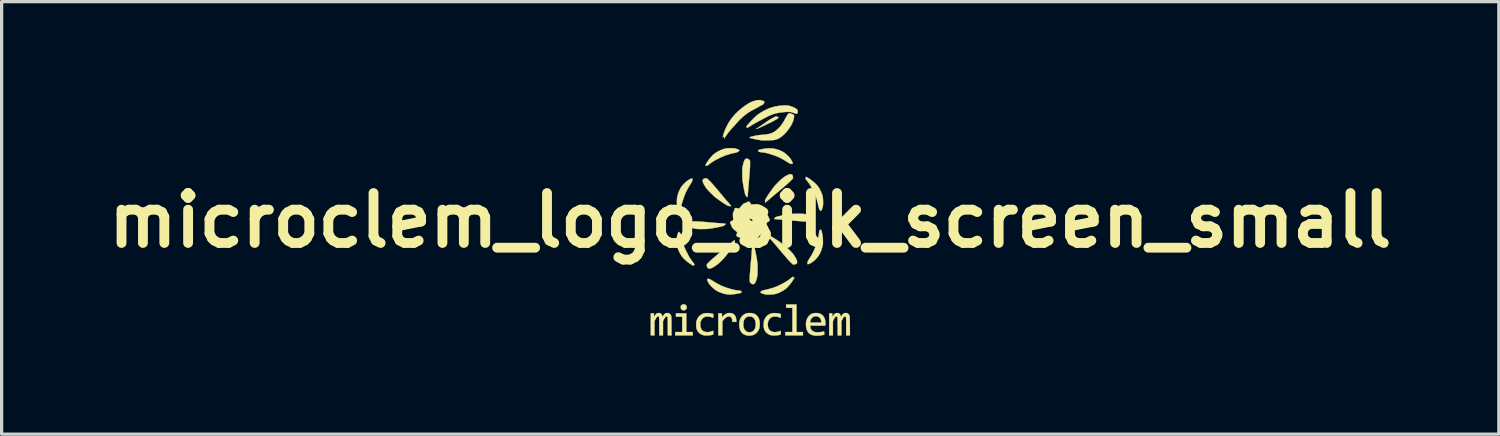
<source format=kicad_pcb>
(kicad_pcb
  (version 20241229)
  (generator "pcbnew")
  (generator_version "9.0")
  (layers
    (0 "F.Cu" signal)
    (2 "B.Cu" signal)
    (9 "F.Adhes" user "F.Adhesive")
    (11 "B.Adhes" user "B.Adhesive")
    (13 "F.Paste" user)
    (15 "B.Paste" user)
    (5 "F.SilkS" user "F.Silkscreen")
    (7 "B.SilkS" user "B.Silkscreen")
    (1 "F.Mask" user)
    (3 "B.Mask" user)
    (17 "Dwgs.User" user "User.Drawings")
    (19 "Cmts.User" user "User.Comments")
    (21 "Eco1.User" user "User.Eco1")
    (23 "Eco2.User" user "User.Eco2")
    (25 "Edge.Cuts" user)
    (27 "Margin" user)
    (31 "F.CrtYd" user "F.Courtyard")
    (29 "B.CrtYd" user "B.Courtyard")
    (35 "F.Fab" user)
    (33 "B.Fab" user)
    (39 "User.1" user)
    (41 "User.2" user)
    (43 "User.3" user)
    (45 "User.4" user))
  (footprint "microclem_logo_silk_screen_small"
    (layer "F.Cu")
    (at 19.856 3.678)
    (property "Reference" "microclem_logo_silk_screen_small" (at 0 0 0) (layer "F.SilkS") (effects (font (size 1.524 1.524) (thickness 0.3))))
    (attr through_hole)
    (fp_poly (pts (xy -1.953 3.409) (xy -1.755 3.409) (xy -1.755 3.511) (xy -2.292 3.511) (xy -2.292 3.409) (xy -2.077 3.409) (xy -2.077 2.941) (xy -2.269 2.941) (xy -2.269 2.839) (xy -1.953 2.839) (xy -1.953 3.409)) (stroke (width 0.01) (type solid)) (fill yes) (layer "F.SilkS"))
    (fp_poly (pts (xy 1.411 3.409) (xy 1.609 3.409) (xy 1.609 3.511) (xy 1.072 3.511) (xy 1.072 3.409) (xy 1.287 3.409) (xy 1.287 2.67) (xy 1.095 2.67) (xy 1.095 2.568) (xy 1.411 2.568) (xy 1.411 3.409)) (stroke (width 0.01) (type solid)) (fill yes) (layer "F.SilkS"))
    (fp_poly (pts (xy -2 2.567) (xy -1.976 2.58) (xy -1.958 2.598) (xy -1.945 2.621) (xy -1.94 2.647) (xy -1.941 2.673) (xy -1.949 2.698) (xy -1.965 2.719) (xy -1.988 2.736) (xy -2.007 2.743) (xy -2.022 2.747) (xy -2.034 2.748) (xy -2.046 2.746) (xy -2.06 2.743) (xy -2.083 2.732) (xy -2.103 2.713) (xy -2.117 2.688) (xy -2.124 2.661) (xy -2.123 2.634) (xy -2.123 2.631) (xy -2.11 2.601) (xy -2.09 2.579) (xy -2.062 2.567) (xy -2.03 2.563) (xy -2 2.567)) (stroke (width 0.01) (type solid)) (fill yes) (layer "F.SilkS"))
    (fp_poly (pts (xy -0.58 2.832) (xy -0.537 2.845) (xy -0.501 2.867) (xy -0.472 2.898) (xy -0.45 2.937) (xy -0.435 2.986) (xy -0.426 3.043) (xy -0.426 3.048) (xy -0.422 3.099) (xy -0.548 3.099) (xy -0.548 3.069) (xy -0.551 3.028) (xy -0.563 2.993) (xy -0.58 2.965) (xy -0.603 2.945) (xy -0.631 2.934) (xy -0.663 2.933) (xy -0.675 2.935) (xy -0.702 2.944) (xy -0.729 2.957) (xy -0.756 2.977) (xy -0.785 3.004) (xy -0.819 3.04) (xy -0.82 3.041) (xy -0.852 3.078) (xy -0.852 3.511) (xy -0.976 3.511) (xy -0.976 2.839) (xy -0.864 2.839) (xy -0.864 2.954) (xy -0.826 2.917) (xy -0.784 2.881) (xy -0.744 2.855) (xy -0.704 2.838) (xy -0.662 2.83) (xy -0.631 2.828) (xy -0.58 2.832)) (stroke (width 0.01) (type solid)) (fill yes) (layer "F.SilkS"))
    (fp_poly (pts (xy 0.813 -3.167) (xy 0.829 -3.16) (xy 0.841 -3.156) (xy 0.845 -3.155) (xy 0.854 -3.151) (xy 0.859 -3.139) (xy 0.858 -3.126) (xy 0.857 -3.125) (xy 0.851 -3.119) (xy 0.837 -3.11) (xy 0.816 -3.097) (xy 0.789 -3.081) (xy 0.76 -3.064) (xy 0.729 -3.046) (xy 0.698 -3.029) (xy 0.668 -3.013) (xy 0.641 -2.999) (xy 0.62 -2.988) (xy 0.605 -2.981) (xy 0.604 -2.981) (xy 0.595 -2.977) (xy 0.577 -2.969) (xy 0.553 -2.957) (xy 0.524 -2.943) (xy 0.492 -2.927) (xy 0.483 -2.923) (xy 0.406 -2.885) (xy 0.336 -2.853) (xy 0.274 -2.825) (xy 0.226 -2.805) (xy 0.208 -2.798) (xy 0.194 -2.792) (xy 0.188 -2.79) (xy 0.181 -2.789) (xy 0.181 -2.79) (xy 0.185 -2.794) (xy 0.197 -2.803) (xy 0.218 -2.817) (xy 0.248 -2.837) (xy 0.287 -2.862) (xy 0.299 -2.87) (xy 0.313 -2.879) (xy 0.327 -2.889) (xy 0.344 -2.9) (xy 0.363 -2.914) (xy 0.386 -2.93) (xy 0.415 -2.95) (xy 0.45 -2.975) (xy 0.492 -3.005) (xy 0.514 -3.02) (xy 0.549 -3.044) (xy 0.585 -3.068) (xy 0.626 -3.092) (xy 0.673 -3.118) (xy 0.725 -3.146) (xy 0.788 -3.179) (xy 0.813 -3.167)) (stroke (width 0.01) (type solid)) (fill yes) (layer "F.SilkS"))
    (fp_poly (pts (xy 2.16 0.28) (xy 2.162 0.282) (xy 2.168 0.296) (xy 2.175 0.318) (xy 2.183 0.348) (xy 2.191 0.382) (xy 2.199 0.42) (xy 2.206 0.458) (xy 2.211 0.495) (xy 2.213 0.506) (xy 2.216 0.538) (xy 2.218 0.576) (xy 2.219 0.617) (xy 2.219 0.658) (xy 2.218 0.697) (xy 2.216 0.73) (xy 2.213 0.755) (xy 2.212 0.756) (xy 2.193 0.839) (xy 2.167 0.918) (xy 2.136 0.991) (xy 2.1 1.057) (xy 2.061 1.112) (xy 2.019 1.162) (xy 1.98 1.204) (xy 1.941 1.239) (xy 1.9 1.27) (xy 1.856 1.299) (xy 1.834 1.311) (xy 1.81 1.323) (xy 1.786 1.332) (xy 1.767 1.336) (xy 1.753 1.337) (xy 1.748 1.334) (xy 1.745 1.325) (xy 1.744 1.307) (xy 1.747 1.286) (xy 1.752 1.264) (xy 1.752 1.262) (xy 1.758 1.248) (xy 1.769 1.226) (xy 1.784 1.201) (xy 1.801 1.175) (xy 1.802 1.173) (xy 1.866 1.071) (xy 1.921 0.97) (xy 1.968 0.866) (xy 2.01 0.755) (xy 2.01 0.755) (xy 2.03 0.697) (xy 2.046 0.647) (xy 2.059 0.603) (xy 2.07 0.562) (xy 2.079 0.521) (xy 2.087 0.479) (xy 2.094 0.432) (xy 2.101 0.379) (xy 2.103 0.365) (xy 2.107 0.335) (xy 2.11 0.314) (xy 2.113 0.301) (xy 2.115 0.295) (xy 2.119 0.294) (xy 2.122 0.296) (xy 2.122 0.296) (xy 2.135 0.302) (xy 2.146 0.298) (xy 2.153 0.286) (xy 2.156 0.278) (xy 2.16 0.28)) (stroke (width 0.01) (type solid)) (fill yes) (layer "F.SilkS"))
    (fp_poly (pts (xy -1.767 -1.25) (xy -1.769 -1.224) (xy -1.776 -1.197) (xy -1.789 -1.168) (xy -1.809 -1.134) (xy -1.827 -1.106) (xy -1.856 -1.059) (xy -1.889 -1.004) (xy -1.923 -0.944) (xy -1.957 -0.879) (xy -1.966 -0.86) (xy -1.976 -0.838) (xy -1.988 -0.808) (xy -2.003 -0.77) (xy -2.018 -0.727) (xy -2.034 -0.682) (xy -2.05 -0.636) (xy -2.064 -0.592) (xy -2.077 -0.55) (xy -2.087 -0.514) (xy -2.091 -0.502) (xy -2.098 -0.473) (xy -2.105 -0.438) (xy -2.111 -0.402) (xy -2.114 -0.384) (xy -2.118 -0.352) (xy -2.123 -0.32) (xy -2.127 -0.29) (xy -2.129 -0.275) (xy -2.133 -0.25) (xy -2.138 -0.235) (xy -2.143 -0.232) (xy -2.148 -0.24) (xy -2.148 -0.24) (xy -2.155 -0.248) (xy -2.162 -0.245) (xy -2.167 -0.234) (xy -2.174 -0.223) (xy -2.18 -0.222) (xy -2.188 -0.232) (xy -2.192 -0.241) (xy -2.198 -0.26) (xy -2.205 -0.287) (xy -2.212 -0.319) (xy -2.219 -0.355) (xy -2.226 -0.392) (xy -2.231 -0.427) (xy -2.235 -0.457) (xy -2.235 -0.457) (xy -2.239 -0.516) (xy -2.241 -0.575) (xy -2.239 -0.631) (xy -2.234 -0.681) (xy -2.23 -0.708) (xy -2.213 -0.777) (xy -2.192 -0.844) (xy -2.167 -0.907) (xy -2.139 -0.965) (xy -2.109 -1.015) (xy -2.099 -1.03) (xy -2.063 -1.074) (xy -2.025 -1.116) (xy -1.984 -1.155) (xy -1.943 -1.191) (xy -1.903 -1.221) (xy -1.864 -1.246) (xy -1.829 -1.264) (xy -1.799 -1.273) (xy -1.792 -1.274) (xy -1.767 -1.277) (xy -1.767 -1.25)) (stroke (width 0.01) (type solid)) (fill yes) (layer "F.SilkS"))
    (fp_poly (pts (xy -1.275 1.786) (xy -1.257 1.79) (xy -1.239 1.795) (xy -1.22 1.803) (xy -1.197 1.815) (xy -1.169 1.833) (xy -1.157 1.841) (xy -1.066 1.898) (xy -0.977 1.948) (xy -0.888 1.991) (xy -0.794 2.03) (xy -0.719 2.057) (xy -0.657 2.077) (xy -0.603 2.093) (xy -0.555 2.107) (xy -0.51 2.118) (xy -0.465 2.127) (xy -0.418 2.134) (xy -0.381 2.139) (xy -0.35 2.143) (xy -0.322 2.147) (xy -0.299 2.151) (xy -0.284 2.153) (xy -0.28 2.154) (xy -0.273 2.157) (xy -0.274 2.161) (xy -0.283 2.168) (xy -0.29 2.175) (xy -0.291 2.179) (xy -0.291 2.179) (xy -0.283 2.182) (xy -0.271 2.19) (xy -0.271 2.19) (xy -0.257 2.201) (xy -0.277 2.209) (xy -0.299 2.216) (xy -0.329 2.224) (xy -0.366 2.232) (xy -0.407 2.24) (xy -0.449 2.247) (xy -0.49 2.253) (xy -0.527 2.257) (xy -0.538 2.258) (xy -0.582 2.261) (xy -0.616 2.262) (xy -0.644 2.262) (xy -0.669 2.261) (xy -0.693 2.259) (xy -0.708 2.258) (xy -0.769 2.247) (xy -0.833 2.23) (xy -0.897 2.209) (xy -0.958 2.183) (xy -1.013 2.156) (xy -1.062 2.126) (xy -1.077 2.115) (xy -1.102 2.094) (xy -1.132 2.068) (xy -1.161 2.04) (xy -1.19 2.012) (xy -1.215 1.986) (xy -1.234 1.965) (xy -1.238 1.959) (xy -1.264 1.923) (xy -1.285 1.888) (xy -1.301 1.857) (xy -1.311 1.83) (xy -1.314 1.809) (xy -1.314 1.807) (xy -1.312 1.794) (xy -1.306 1.787) (xy -1.294 1.784) (xy -1.275 1.786)) (stroke (width 0.01) (type solid)) (fill yes) (layer "F.SilkS"))
    (fp_poly (pts (xy 0.639 -2.199) (xy 0.703 -2.194) (xy 0.739 -2.187) (xy 0.788 -2.175) (xy 0.84 -2.159) (xy 0.892 -2.141) (xy 0.941 -2.12) (xy 0.985 -2.099) (xy 1.019 -2.08) (xy 1.041 -2.064) (xy 1.069 -2.042) (xy 1.1 -2.016) (xy 1.131 -1.988) (xy 1.161 -1.96) (xy 1.185 -1.935) (xy 1.205 -1.912) (xy 1.226 -1.884) (xy 1.247 -1.853) (xy 1.265 -1.822) (xy 1.28 -1.794) (xy 1.29 -1.77) (xy 1.293 -1.759) (xy 1.295 -1.741) (xy 1.292 -1.729) (xy 1.282 -1.723) (xy 1.266 -1.723) (xy 1.24 -1.728) (xy 1.229 -1.73) (xy 1.209 -1.737) (xy 1.185 -1.749) (xy 1.155 -1.767) (xy 1.131 -1.783) (xy 1.093 -1.807) (xy 1.049 -1.833) (xy 1.002 -1.861) (xy 0.953 -1.887) (xy 0.908 -1.911) (xy 0.868 -1.931) (xy 0.861 -1.934) (xy 0.837 -1.945) (xy 0.804 -1.957) (xy 0.765 -1.971) (xy 0.722 -1.987) (xy 0.678 -2.002) (xy 0.633 -2.016) (xy 0.591 -2.03) (xy 0.555 -2.041) (xy 0.525 -2.049) (xy 0.49 -2.057) (xy 0.451 -2.065) (xy 0.412 -2.071) (xy 0.392 -2.074) (xy 0.361 -2.078) (xy 0.33 -2.082) (xy 0.302 -2.086) (xy 0.286 -2.089) (xy 0.266 -2.092) (xy 0.256 -2.095) (xy 0.252 -2.099) (xy 0.255 -2.103) (xy 0.257 -2.105) (xy 0.263 -2.114) (xy 0.261 -2.12) (xy 0.257 -2.124) (xy 0.247 -2.132) (xy 0.242 -2.134) (xy 0.237 -2.138) (xy 0.237 -2.138) (xy 0.242 -2.142) (xy 0.255 -2.148) (xy 0.274 -2.154) (xy 0.278 -2.155) (xy 0.348 -2.173) (xy 0.422 -2.186) (xy 0.496 -2.195) (xy 0.57 -2.2) (xy 0.639 -2.199)) (stroke (width 0.01) (type solid)) (fill yes) (layer "F.SilkS"))
    (fp_poly (pts (xy -0.531 -2.203) (xy -0.509 -2.202) (xy -0.49 -2.2) (xy -0.471 -2.196) (xy -0.449 -2.191) (xy -0.44 -2.188) (xy -0.413 -2.18) (xy -0.388 -2.172) (xy -0.369 -2.165) (xy -0.36 -2.16) (xy -0.343 -2.149) (xy -0.335 -2.138) (xy -0.337 -2.126) (xy -0.349 -2.113) (xy -0.371 -2.097) (xy -0.385 -2.088) (xy -0.401 -2.081) (xy -0.419 -2.074) (xy -0.442 -2.068) (xy -0.474 -2.061) (xy -0.482 -2.06) (xy -0.586 -2.036) (xy -0.683 -2.008) (xy -0.776 -1.976) (xy -0.867 -1.938) (xy -0.933 -1.907) (xy -0.986 -1.88) (xy -1.03 -1.857) (xy -1.069 -1.837) (xy -1.102 -1.818) (xy -1.134 -1.799) (xy -1.164 -1.778) (xy -1.196 -1.756) (xy -1.232 -1.73) (xy -1.239 -1.724) (xy -1.266 -1.704) (xy -1.29 -1.686) (xy -1.31 -1.672) (xy -1.323 -1.663) (xy -1.329 -1.659) (xy -1.329 -1.659) (xy -1.332 -1.664) (xy -1.331 -1.673) (xy -1.33 -1.681) (xy -1.334 -1.684) (xy -1.346 -1.682) (xy -1.348 -1.682) (xy -1.362 -1.679) (xy -1.369 -1.678) (xy -1.37 -1.678) (xy -1.369 -1.685) (xy -1.363 -1.699) (xy -1.352 -1.719) (xy -1.338 -1.744) (xy -1.321 -1.771) (xy -1.303 -1.798) (xy -1.299 -1.805) (xy -1.274 -1.84) (xy -1.245 -1.877) (xy -1.214 -1.915) (xy -1.182 -1.951) (xy -1.152 -1.983) (xy -1.125 -2.009) (xy -1.114 -2.019) (xy -1.063 -2.057) (xy -1.005 -2.094) (xy -0.943 -2.126) (xy -0.88 -2.155) (xy -0.817 -2.177) (xy -0.758 -2.193) (xy -0.736 -2.197) (xy -0.715 -2.199) (xy -0.685 -2.201) (xy -0.651 -2.203) (xy -0.615 -2.204) (xy -0.595 -2.204) (xy -0.559 -2.204) (xy -0.531 -2.203)) (stroke (width 0.01) (type solid)) (fill yes) (layer "F.SilkS"))
    (fp_poly (pts (xy -0.476 0.619) (xy -0.479 0.634) (xy -0.483 0.644) (xy -0.484 0.648) (xy -0.481 0.647) (xy -0.475 0.648) (xy -0.473 0.657) (xy -0.473 0.666) (xy -0.478 0.683) (xy -0.488 0.706) (xy -0.502 0.733) (xy -0.518 0.76) (xy -0.529 0.777) (xy -0.546 0.803) (xy -0.567 0.834) (xy -0.588 0.865) (xy -0.602 0.887) (xy -0.658 0.968) (xy -0.711 1.04) (xy -0.763 1.106) (xy -0.817 1.168) (xy -0.873 1.227) (xy -0.935 1.286) (xy -0.963 1.312) (xy -0.999 1.342) (xy -1.041 1.373) (xy -1.086 1.403) (xy -1.13 1.43) (xy -1.171 1.452) (xy -1.181 1.456) (xy -1.209 1.465) (xy -1.24 1.47) (xy -1.268 1.471) (xy -1.276 1.469) (xy -1.29 1.463) (xy -1.298 1.457) (xy -1.309 1.44) (xy -1.318 1.416) (xy -1.325 1.39) (xy -1.326 1.369) (xy -1.326 1.342) (xy -1.26 1.274) (xy -1.232 1.246) (xy -1.198 1.214) (xy -1.162 1.182) (xy -1.128 1.152) (xy -1.115 1.141) (xy -1.084 1.115) (xy -1.052 1.088) (xy -1.021 1.061) (xy -0.994 1.038) (xy -0.982 1.027) (xy -0.963 1.01) (xy -0.937 0.988) (xy -0.906 0.962) (xy -0.871 0.933) (xy -0.835 0.903) (xy -0.801 0.874) (xy -0.765 0.844) (xy -0.728 0.813) (xy -0.693 0.783) (xy -0.661 0.756) (xy -0.634 0.733) (xy -0.615 0.716) (xy -0.577 0.682) (xy -0.555 0.663) (xy -0.48 0.663) (xy -0.477 0.666) (xy -0.474 0.663) (xy -0.477 0.66) (xy -0.48 0.663) (xy -0.555 0.663) (xy -0.546 0.656) (xy -0.52 0.635) (xy -0.501 0.62) (xy -0.49 0.613) (xy -0.474 0.603) (xy -0.476 0.619)) (stroke (width 0.01) (type solid)) (fill yes) (layer "F.SilkS"))
    (fp_poly (pts (xy 1.728 -1.317) (xy 1.773 -1.292) (xy 1.822 -1.26) (xy 1.872 -1.223) (xy 1.921 -1.184) (xy 1.969 -1.142) (xy 2.012 -1.101) (xy 2.048 -1.061) (xy 2.077 -1.024) (xy 2.081 -1.019) (xy 2.105 -0.981) (xy 2.129 -0.937) (xy 2.152 -0.891) (xy 2.173 -0.845) (xy 2.19 -0.801) (xy 2.203 -0.763) (xy 2.207 -0.747) (xy 2.215 -0.701) (xy 2.221 -0.648) (xy 2.224 -0.588) (xy 2.224 -0.55) (xy 2.224 -0.515) (xy 2.224 -0.488) (xy 2.222 -0.466) (xy 2.218 -0.444) (xy 2.213 -0.421) (xy 2.208 -0.399) (xy 2.196 -0.358) (xy 2.184 -0.327) (xy 2.171 -0.305) (xy 2.159 -0.293) (xy 2.148 -0.293) (xy 2.144 -0.295) (xy 2.136 -0.303) (xy 2.125 -0.318) (xy 2.115 -0.331) (xy 2.104 -0.35) (xy 2.096 -0.371) (xy 2.089 -0.396) (xy 2.086 -0.413) (xy 2.076 -0.462) (xy 2.063 -0.518) (xy 2.047 -0.578) (xy 2.03 -0.638) (xy 2.012 -0.695) (xy 1.995 -0.745) (xy 1.993 -0.749) (xy 1.984 -0.772) (xy 1.97 -0.803) (xy 1.953 -0.839) (xy 1.933 -0.88) (xy 1.912 -0.922) (xy 1.891 -0.964) (xy 1.87 -1.003) (xy 1.852 -1.038) (xy 1.835 -1.066) (xy 1.832 -1.072) (xy 1.815 -1.099) (xy 1.796 -1.127) (xy 1.778 -1.152) (xy 1.771 -1.161) (xy 1.755 -1.182) (xy 1.74 -1.203) (xy 1.728 -1.219) (xy 1.726 -1.221) (xy 1.712 -1.239) (xy 1.697 -1.259) (xy 1.693 -1.264) (xy 1.682 -1.28) (xy 1.677 -1.289) (xy 1.68 -1.292) (xy 1.69 -1.29) (xy 1.69 -1.29) (xy 1.699 -1.289) (xy 1.702 -1.293) (xy 1.702 -1.304) (xy 1.701 -1.31) (xy 1.698 -1.333) (xy 1.728 -1.317)) (stroke (width 0.01) (type solid)) (fill yes) (layer "F.SilkS"))
    (fp_poly (pts (xy -2.161 0.36) (xy -2.149 0.375) (xy -2.134 0.398) (xy -2.125 0.414) (xy -2.118 0.433) (xy -2.111 0.455) (xy -2.104 0.485) (xy -2.099 0.509) (xy -2.088 0.557) (xy -2.076 0.608) (xy -2.061 0.662) (xy -2.046 0.714) (xy -2.03 0.763) (xy -2.016 0.806) (xy -2.005 0.833) (xy -1.995 0.855) (xy -1.982 0.884) (xy -1.964 0.92) (xy -1.945 0.958) (xy -1.925 0.998) (xy -1.905 1.037) (xy -1.887 1.073) (xy -1.87 1.103) (xy -1.858 1.125) (xy -1.857 1.126) (xy -1.844 1.147) (xy -1.826 1.173) (xy -1.805 1.204) (xy -1.782 1.236) (xy -1.764 1.26) (xy -1.744 1.287) (xy -1.726 1.311) (xy -1.712 1.33) (xy -1.703 1.344) (xy -1.699 1.35) (xy -1.699 1.35) (xy -1.704 1.353) (xy -1.712 1.353) (xy -1.719 1.353) (xy -1.722 1.356) (xy -1.722 1.366) (xy -1.72 1.379) (xy -1.722 1.385) (xy -1.732 1.384) (xy -1.751 1.377) (xy -1.764 1.37) (xy -1.812 1.341) (xy -1.864 1.306) (xy -1.916 1.267) (xy -1.966 1.225) (xy -2.013 1.183) (xy -2.052 1.142) (xy -2.074 1.117) (xy -2.106 1.072) (xy -2.137 1.021) (xy -2.167 0.964) (xy -2.193 0.907) (xy -2.215 0.85) (xy -2.23 0.798) (xy -2.233 0.785) (xy -2.237 0.763) (xy -2.24 0.738) (xy -2.242 0.709) (xy -2.243 0.674) (xy -2.243 0.629) (xy -2.243 0.624) (xy -2.243 0.584) (xy -2.243 0.554) (xy -2.242 0.53) (xy -2.24 0.51) (xy -2.237 0.493) (xy -2.234 0.475) (xy -2.229 0.456) (xy -2.217 0.419) (xy -2.206 0.389) (xy -2.194 0.367) (xy -2.183 0.355) (xy -2.18 0.353) (xy -2.171 0.353) (xy -2.161 0.36)) (stroke (width 0.01) (type solid)) (fill yes) (layer "F.SilkS"))
    (fp_poly (pts (xy 0.579 0.492) (xy 0.592 0.497) (xy 0.597 0.5) (xy 0.606 0.505) (xy 0.607 0.503) (xy 0.606 0.501) (xy 0.608 0.495) (xy 0.62 0.494) (xy 0.64 0.499) (xy 0.653 0.503) (xy 0.669 0.51) (xy 0.693 0.523) (xy 0.725 0.543) (xy 0.764 0.568) (xy 0.81 0.598) (xy 0.861 0.633) (xy 0.917 0.672) (xy 0.978 0.715) (xy 0.993 0.726) (xy 1.026 0.751) (xy 1.065 0.783) (xy 1.107 0.82) (xy 1.15 0.861) (xy 1.193 0.902) (xy 1.235 0.944) (xy 1.271 0.983) (xy 1.285 0.998) (xy 1.308 1.026) (xy 1.332 1.06) (xy 1.356 1.097) (xy 1.379 1.135) (xy 1.399 1.17) (xy 1.414 1.202) (xy 1.423 1.225) (xy 1.431 1.261) (xy 1.43 1.29) (xy 1.421 1.312) (xy 1.402 1.329) (xy 1.373 1.34) (xy 1.359 1.343) (xy 1.337 1.346) (xy 1.324 1.348) (xy 1.315 1.348) (xy 1.307 1.346) (xy 1.304 1.345) (xy 1.295 1.339) (xy 1.28 1.327) (xy 1.261 1.308) (xy 1.238 1.285) (xy 1.212 1.26) (xy 1.186 1.232) (xy 1.16 1.205) (xy 1.136 1.178) (xy 1.115 1.154) (xy 1.113 1.151) (xy 1.09 1.124) (xy 1.062 1.091) (xy 1.032 1.056) (xy 1.004 1.023) (xy 0.993 1.01) (xy 0.97 0.984) (xy 0.943 0.952) (xy 0.911 0.915) (xy 0.879 0.876) (xy 0.847 0.838) (xy 0.826 0.813) (xy 0.796 0.777) (xy 0.765 0.74) (xy 0.735 0.704) (xy 0.706 0.671) (xy 0.682 0.643) (xy 0.668 0.626) (xy 0.639 0.594) (xy 0.614 0.564) (xy 0.593 0.538) (xy 0.577 0.517) (xy 0.567 0.503) (xy 0.564 0.496) (xy 0.569 0.491) (xy 0.579 0.492)) (stroke (width 0.01) (type solid)) (fill yes) (layer "F.SilkS"))
    (fp_poly (pts (xy -1.729 0.03) (xy -1.687 0.03) (xy -1.645 0.032) (xy -1.603 0.034) (xy -1.559 0.036) (xy -1.512 0.039) (xy -1.459 0.043) (xy -1.401 0.048) (xy -1.335 0.053) (xy -1.261 0.06) (xy -1.205 0.065) (xy -1.155 0.07) (xy -1.1 0.074) (xy -1.043 0.079) (xy -0.988 0.083) (xy -0.94 0.087) (xy -0.926 0.088) (xy -0.873 0.091) (xy -0.831 0.095) (xy -0.798 0.098) (xy -0.774 0.101) (xy -0.757 0.105) (xy -0.748 0.108) (xy -0.746 0.11) (xy -0.747 0.115) (xy -0.755 0.122) (xy -0.766 0.128) (xy -0.776 0.13) (xy -0.787 0.131) (xy -0.776 0.135) (xy -0.769 0.139) (xy -0.772 0.141) (xy -0.775 0.141) (xy -0.783 0.143) (xy -0.785 0.146) (xy -0.79 0.152) (xy -0.803 0.16) (xy -0.824 0.168) (xy -0.848 0.177) (xy -0.874 0.184) (xy -0.895 0.189) (xy -0.921 0.194) (xy -0.948 0.2) (xy -0.969 0.205) (xy -0.974 0.206) (xy -0.99 0.21) (xy -1.015 0.215) (xy -1.048 0.221) (xy -1.086 0.228) (xy -1.127 0.235) (xy -1.168 0.242) (xy -1.209 0.248) (xy -1.247 0.254) (xy -1.272 0.257) (xy -1.299 0.26) (xy -1.334 0.262) (xy -1.376 0.263) (xy -1.422 0.264) (xy -1.47 0.265) (xy -1.518 0.265) (xy -1.563 0.264) (xy -1.604 0.263) (xy -1.637 0.261) (xy -1.657 0.259) (xy -1.687 0.254) (xy -1.722 0.246) (xy -1.76 0.236) (xy -1.798 0.226) (xy -1.832 0.214) (xy -1.86 0.204) (xy -1.874 0.197) (xy -1.9 0.179) (xy -1.919 0.159) (xy -1.929 0.139) (xy -1.93 0.129) (xy -1.927 0.112) (xy -1.917 0.09) (xy -1.903 0.067) (xy -1.889 0.049) (xy -1.869 0.027) (xy -1.729 0.03)) (stroke (width 0.01) (type solid)) (fill yes) (layer "F.SilkS"))
    (fp_poly (pts (xy -1.282 2.832) (xy -1.235 2.836) (xy -1.191 2.843) (xy -1.154 2.852) (xy -1.144 2.856) (xy -1.129 2.861) (xy -1.129 2.919) (xy -1.129 2.945) (xy -1.13 2.961) (xy -1.131 2.97) (xy -1.134 2.973) (xy -1.139 2.973) (xy -1.149 2.969) (xy -1.166 2.963) (xy -1.186 2.955) (xy -1.188 2.954) (xy -1.221 2.945) (xy -1.26 2.938) (xy -1.299 2.935) (xy -1.337 2.936) (xy -1.368 2.941) (xy -1.376 2.943) (xy -1.419 2.963) (xy -1.455 2.992) (xy -1.485 3.028) (xy -1.507 3.07) (xy -1.522 3.117) (xy -1.527 3.169) (xy -1.524 3.221) (xy -1.514 3.271) (xy -1.498 3.313) (xy -1.475 3.346) (xy -1.446 3.372) (xy -1.421 3.387) (xy -1.373 3.404) (xy -1.321 3.412) (xy -1.266 3.41) (xy -1.206 3.397) (xy -1.142 3.374) (xy -1.139 3.373) (xy -1.134 3.372) (xy -1.131 3.375) (xy -1.13 3.383) (xy -1.129 3.399) (xy -1.129 3.424) (xy -1.129 3.426) (xy -1.129 3.452) (xy -1.13 3.468) (xy -1.131 3.478) (xy -1.135 3.484) (xy -1.14 3.487) (xy -1.144 3.489) (xy -1.178 3.499) (xy -1.219 3.506) (xy -1.265 3.512) (xy -1.313 3.515) (xy -1.358 3.515) (xy -1.398 3.512) (xy -1.422 3.508) (xy -1.478 3.49) (xy -1.527 3.463) (xy -1.569 3.428) (xy -1.604 3.385) (xy -1.629 3.334) (xy -1.643 3.291) (xy -1.648 3.266) (xy -1.65 3.233) (xy -1.651 3.196) (xy -1.651 3.158) (xy -1.649 3.121) (xy -1.645 3.09) (xy -1.64 3.068) (xy -1.617 3.009) (xy -1.586 2.958) (xy -1.547 2.914) (xy -1.501 2.879) (xy -1.448 2.852) (xy -1.405 2.838) (xy -1.37 2.833) (xy -1.328 2.83) (xy -1.282 2.832)) (stroke (width 0.01) (type solid)) (fill yes) (layer "F.SilkS"))
    (fp_poly (pts (xy 0.779 2.832) (xy 0.825 2.836) (xy 0.869 2.843) (xy 0.907 2.852) (xy 0.916 2.856) (xy 0.931 2.861) (xy 0.931 2.919) (xy 0.931 2.945) (xy 0.93 2.961) (xy 0.929 2.97) (xy 0.926 2.973) (xy 0.921 2.973) (xy 0.912 2.969) (xy 0.895 2.963) (xy 0.874 2.955) (xy 0.872 2.954) (xy 0.839 2.945) (xy 0.801 2.938) (xy 0.761 2.935) (xy 0.724 2.936) (xy 0.692 2.941) (xy 0.684 2.943) (xy 0.642 2.963) (xy 0.605 2.992) (xy 0.575 3.028) (xy 0.553 3.07) (xy 0.539 3.117) (xy 0.533 3.169) (xy 0.536 3.221) (xy 0.546 3.271) (xy 0.563 3.313) (xy 0.585 3.346) (xy 0.615 3.372) (xy 0.639 3.387) (xy 0.688 3.404) (xy 0.739 3.412) (xy 0.795 3.41) (xy 0.854 3.397) (xy 0.918 3.374) (xy 0.921 3.373) (xy 0.926 3.372) (xy 0.929 3.375) (xy 0.93 3.383) (xy 0.931 3.399) (xy 0.931 3.424) (xy 0.931 3.426) (xy 0.931 3.452) (xy 0.931 3.468) (xy 0.929 3.478) (xy 0.925 3.484) (xy 0.92 3.487) (xy 0.916 3.489) (xy 0.882 3.499) (xy 0.841 3.506) (xy 0.795 3.512) (xy 0.748 3.515) (xy 0.702 3.515) (xy 0.662 3.512) (xy 0.639 3.508) (xy 0.582 3.49) (xy 0.533 3.463) (xy 0.491 3.428) (xy 0.457 3.385) (xy 0.431 3.334) (xy 0.417 3.291) (xy 0.413 3.266) (xy 0.41 3.233) (xy 0.409 3.196) (xy 0.41 3.158) (xy 0.412 3.121) (xy 0.415 3.09) (xy 0.42 3.068) (xy 0.443 3.009) (xy 0.474 2.958) (xy 0.513 2.914) (xy 0.559 2.879) (xy 0.612 2.852) (xy 0.655 2.838) (xy 0.69 2.833) (xy 0.732 2.83) (xy 0.779 2.832)) (stroke (width 0.01) (type solid)) (fill yes) (layer "F.SilkS"))
    (fp_poly (pts (xy -1.332 -1.283) (xy -1.321 -1.277) (xy -1.304 -1.264) (xy -1.282 -1.244) (xy -1.256 -1.219) (xy -1.228 -1.191) (xy -1.198 -1.161) (xy -1.169 -1.129) (xy -1.141 -1.098) (xy -1.121 -1.075) (xy -1.096 -1.045) (xy -1.067 -1.011) (xy -1.038 -0.977) (xy -1.012 -0.948) (xy -1.01 -0.945) (xy -0.991 -0.923) (xy -0.967 -0.895) (xy -0.939 -0.861) (xy -0.909 -0.825) (xy -0.878 -0.789) (xy -0.858 -0.765) (xy -0.829 -0.729) (xy -0.798 -0.692) (xy -0.768 -0.656) (xy -0.74 -0.623) (xy -0.716 -0.596) (xy -0.703 -0.581) (xy -0.669 -0.543) (xy -0.64 -0.509) (xy -0.617 -0.481) (xy -0.6 -0.459) (xy -0.59 -0.444) (xy -0.587 -0.438) (xy -0.592 -0.432) (xy -0.601 -0.43) (xy -0.61 -0.432) (xy -0.612 -0.434) (xy -0.619 -0.437) (xy -0.63 -0.437) (xy -0.61 -0.437) (xy -0.607 -0.435) (xy -0.604 -0.437) (xy -0.607 -0.44) (xy -0.61 -0.437) (xy -0.63 -0.437) (xy -0.633 -0.438) (xy -0.636 -0.438) (xy -0.657 -0.439) (xy -0.677 -0.443) (xy -0.678 -0.444) (xy -0.694 -0.451) (xy -0.719 -0.465) (xy -0.751 -0.484) (xy -0.789 -0.508) (xy -0.832 -0.537) (xy -0.879 -0.569) (xy -0.93 -0.605) (xy -0.983 -0.643) (xy -1.038 -0.682) (xy -1.061 -0.699) (xy -1.077 -0.712) (xy -1.099 -0.731) (xy -1.125 -0.756) (xy -1.155 -0.784) (xy -1.186 -0.814) (xy -1.212 -0.84) (xy -1.251 -0.879) (xy -1.282 -0.912) (xy -1.307 -0.94) (xy -1.328 -0.965) (xy -1.345 -0.987) (xy -1.358 -1.005) (xy -1.392 -1.06) (xy -1.419 -1.107) (xy -1.438 -1.148) (xy -1.449 -1.182) (xy -1.453 -1.211) (xy -1.45 -1.234) (xy -1.439 -1.254) (xy -1.431 -1.262) (xy -1.414 -1.271) (xy -1.391 -1.279) (xy -1.366 -1.284) (xy -1.343 -1.285) (xy -1.332 -1.283)) (stroke (width 0.01) (type solid)) (fill yes) (layer "F.SilkS"))
    (fp_poly (pts (xy 1.251 -1.408) (xy 1.264 -1.406) (xy 1.272 -1.402) (xy 1.279 -1.396) (xy 1.28 -1.394) (xy 1.296 -1.362) (xy 1.303 -1.323) (xy 1.304 -1.309) (xy 1.304 -1.278) (xy 1.221 -1.196) (xy 1.191 -1.168) (xy 1.161 -1.139) (xy 1.132 -1.112) (xy 1.106 -1.089) (xy 1.087 -1.072) (xy 1.063 -1.053) (xy 1.035 -1.029) (xy 1.004 -1.002) (xy 0.975 -0.977) (xy 0.968 -0.971) (xy 0.943 -0.949) (xy 0.911 -0.923) (xy 0.876 -0.893) (xy 0.839 -0.862) (xy 0.804 -0.833) (xy 0.793 -0.824) (xy 0.758 -0.795) (xy 0.722 -0.765) (xy 0.686 -0.735) (xy 0.653 -0.707) (xy 0.626 -0.683) (xy 0.619 -0.677) (xy 0.574 -0.638) (xy 0.537 -0.607) (xy 0.507 -0.582) (xy 0.484 -0.564) (xy 0.467 -0.553) (xy 0.456 -0.547) (xy 0.449 -0.547) (xy 0.448 -0.553) (xy 0.448 -0.555) (xy 0.452 -0.565) (xy 0.457 -0.575) (xy 0.46 -0.583) (xy 0.458 -0.585) (xy 0.453 -0.586) (xy 0.45 -0.594) (xy 0.449 -0.603) (xy 0.452 -0.608) (xy 0.456 -0.616) (xy 0.461 -0.63) (xy 0.463 -0.635) (xy 0.469 -0.65) (xy 0.48 -0.671) (xy 0.493 -0.693) (xy 0.499 -0.703) (xy 0.516 -0.729) (xy 0.535 -0.757) (xy 0.551 -0.783) (xy 0.554 -0.787) (xy 0.569 -0.81) (xy 0.588 -0.837) (xy 0.607 -0.865) (xy 0.615 -0.875) (xy 0.633 -0.9) (xy 0.651 -0.925) (xy 0.667 -0.948) (xy 0.673 -0.957) (xy 0.715 -1.014) (xy 0.767 -1.075) (xy 0.828 -1.14) (xy 0.882 -1.193) (xy 0.93 -1.239) (xy 0.973 -1.276) (xy 1.015 -1.308) (xy 1.056 -1.337) (xy 1.099 -1.362) (xy 1.134 -1.381) (xy 1.159 -1.393) (xy 1.178 -1.401) (xy 1.193 -1.406) (xy 1.209 -1.408) (xy 1.228 -1.408) (xy 1.229 -1.408) (xy 1.251 -1.408)) (stroke (width 0.01) (type solid)) (fill yes) (layer "F.SilkS"))
    (fp_poly (pts (xy 1.5 -0.203) (xy 1.547 -0.202) (xy 1.589 -0.2) (xy 1.624 -0.198) (xy 1.65 -0.195) (xy 1.652 -0.194) (xy 1.717 -0.181) (xy 1.773 -0.167) (xy 1.82 -0.15) (xy 1.857 -0.132) (xy 1.884 -0.113) (xy 1.896 -0.099) (xy 1.906 -0.081) (xy 1.908 -0.064) (xy 1.904 -0.044) (xy 1.892 -0.02) (xy 1.889 -0.015) (xy 1.88 0.000038) (xy 1.872 0.012) (xy 1.863 0.02) (xy 1.851 0.026) (xy 1.836 0.03) (xy 1.816 0.032) (xy 1.788 0.034) (xy 1.752 0.034) (xy 1.719 0.034) (xy 1.682 0.034) (xy 1.65 0.033) (xy 1.623 0.033) (xy 1.604 0.032) (xy 1.593 0.032) (xy 1.591 0.032) (xy 1.585 0.03) (xy 1.57 0.029) (xy 1.546 0.026) (xy 1.516 0.024) (xy 1.482 0.021) (xy 1.468 0.02) (xy 1.429 0.017) (xy 1.383 0.013) (xy 1.331 0.009) (xy 1.276 0.004) (xy 1.221 -0.000459) (xy 1.169 -0.005) (xy 1.166 -0.005) (xy 1.116 -0.01) (xy 1.064 -0.014) (xy 1.013 -0.019) (xy 0.966 -0.022) (xy 0.924 -0.026) (xy 0.891 -0.028) (xy 0.886 -0.028) (xy 0.837 -0.032) (xy 0.795 -0.036) (xy 0.763 -0.039) (xy 0.739 -0.043) (xy 0.726 -0.046) (xy 0.724 -0.048) (xy 0.725 -0.053) (xy 0.732 -0.06) (xy 0.742 -0.066) (xy 0.749 -0.068) (xy 0.755 -0.07) (xy 0.752 -0.072) (xy 0.748 -0.074) (xy 0.751 -0.079) (xy 0.761 -0.086) (xy 0.778 -0.097) (xy 0.787 -0.102) (xy 0.803 -0.108) (xy 0.828 -0.116) (xy 0.862 -0.125) (xy 0.903 -0.134) (xy 0.95 -0.144) (xy 1.002 -0.155) (xy 1.057 -0.165) (xy 1.115 -0.175) (xy 1.174 -0.185) (xy 1.232 -0.194) (xy 1.241 -0.195) (xy 1.271 -0.198) (xy 1.309 -0.2) (xy 1.353 -0.202) (xy 1.401 -0.203) (xy 1.45 -0.204) (xy 1.5 -0.203)) (stroke (width 0.01) (type solid)) (fill yes) (layer "F.SilkS"))
    (fp_poly (pts (xy 1.307 1.722) (xy 1.309 1.73) (xy 1.311 1.74) (xy 1.317 1.743) (xy 1.33 1.742) (xy 1.33 1.742) (xy 1.342 1.74) (xy 1.349 1.741) (xy 1.349 1.741) (xy 1.346 1.75) (xy 1.338 1.767) (xy 1.325 1.79) (xy 1.309 1.817) (xy 1.29 1.847) (xy 1.276 1.868) (xy 1.249 1.905) (xy 1.218 1.945) (xy 1.184 1.986) (xy 1.15 2.024) (xy 1.118 2.057) (xy 1.097 2.077) (xy 1.053 2.112) (xy 1.001 2.146) (xy 0.943 2.178) (xy 0.883 2.206) (xy 0.823 2.23) (xy 0.765 2.247) (xy 0.72 2.257) (xy 0.699 2.259) (xy 0.672 2.262) (xy 0.639 2.264) (xy 0.605 2.265) (xy 0.571 2.266) (xy 0.54 2.267) (xy 0.515 2.267) (xy 0.497 2.266) (xy 0.494 2.265) (xy 0.455 2.258) (xy 0.417 2.248) (xy 0.382 2.238) (xy 0.352 2.226) (xy 0.33 2.215) (xy 0.316 2.205) (xy 0.312 2.195) (xy 0.315 2.185) (xy 0.326 2.173) (xy 0.347 2.159) (xy 0.347 2.159) (xy 0.362 2.15) (xy 0.377 2.143) (xy 0.396 2.137) (xy 0.42 2.13) (xy 0.453 2.123) (xy 0.468 2.12) (xy 0.505 2.111) (xy 0.545 2.102) (xy 0.583 2.092) (xy 0.616 2.082) (xy 0.623 2.081) (xy 0.649 2.073) (xy 0.671 2.066) (xy 0.687 2.062) (xy 0.695 2.06) (xy 0.695 2.06) (xy 0.706 2.058) (xy 0.726 2.051) (xy 0.753 2.04) (xy 0.786 2.027) (xy 0.823 2.01) (xy 0.863 1.992) (xy 0.903 1.973) (xy 0.926 1.962) (xy 0.986 1.931) (xy 1.037 1.904) (xy 1.081 1.879) (xy 1.121 1.854) (xy 1.158 1.829) (xy 1.193 1.803) (xy 1.198 1.798) (xy 1.221 1.781) (xy 1.243 1.764) (xy 1.261 1.751) (xy 1.27 1.744) (xy 1.285 1.733) (xy 1.296 1.724) (xy 1.298 1.722) (xy 1.304 1.718) (xy 1.307 1.722)) (stroke (width 0.01) (type solid)) (fill yes) (layer "F.SilkS"))
    (fp_poly (pts (xy -2.499 2.831) (xy -2.473 2.841) (xy -2.451 2.858) (xy -2.446 2.864) (xy -2.438 2.873) (xy -2.431 2.882) (xy -2.425 2.892) (xy -2.42 2.903) (xy -2.417 2.917) (xy -2.414 2.935) (xy -2.411 2.957) (xy -2.41 2.985) (xy -2.408 3.02) (xy -2.407 3.062) (xy -2.407 3.112) (xy -2.406 3.172) (xy -2.406 3.227) (xy -2.404 3.511) (xy -2.517 3.511) (xy -2.517 3.241) (xy -2.517 3.179) (xy -2.518 3.126) (xy -2.518 3.083) (xy -2.518 3.048) (xy -2.519 3.021) (xy -2.519 2.999) (xy -2.521 2.983) (xy -2.522 2.971) (xy -2.523 2.963) (xy -2.525 2.956) (xy -2.527 2.952) (xy -2.54 2.936) (xy -2.555 2.93) (xy -2.573 2.936) (xy -2.583 2.943) (xy -2.593 2.953) (xy -2.605 2.971) (xy -2.62 2.994) (xy -2.632 3.016) (xy -2.664 3.074) (xy -2.664 3.511) (xy -2.777 3.511) (xy -2.778 3.235) (xy -2.779 3.172) (xy -2.779 3.119) (xy -2.78 3.076) (xy -2.78 3.04) (xy -2.781 3.012) (xy -2.782 2.991) (xy -2.783 2.975) (xy -2.784 2.963) (xy -2.786 2.955) (xy -2.788 2.949) (xy -2.79 2.945) (xy -2.79 2.945) (xy -2.803 2.932) (xy -2.816 2.929) (xy -2.831 2.934) (xy -2.847 2.947) (xy -2.865 2.969) (xy -2.885 3.002) (xy -2.897 3.024) (xy -2.924 3.075) (xy -2.924 3.511) (xy -3.037 3.511) (xy -3.037 2.839) (xy -2.941 2.839) (xy -2.941 2.897) (xy -2.941 2.955) (xy -2.923 2.924) (xy -2.9 2.887) (xy -2.877 2.86) (xy -2.853 2.842) (xy -2.827 2.832) (xy -2.797 2.828) (xy -2.792 2.828) (xy -2.757 2.832) (xy -2.729 2.845) (xy -2.707 2.866) (xy -2.692 2.896) (xy -2.686 2.921) (xy -2.679 2.952) (xy -2.662 2.921) (xy -2.639 2.884) (xy -2.616 2.858) (xy -2.591 2.84) (xy -2.563 2.831) (xy -2.532 2.828) (xy -2.499 2.831)) (stroke (width 0.01) (type solid)) (fill yes) (layer "F.SilkS"))
    (fp_poly (pts (xy 0.294 -3.672) (xy 0.31 -3.669) (xy 0.35 -3.659) (xy 0.38 -3.651) (xy 0.401 -3.644) (xy 0.415 -3.637) (xy 0.424 -3.63) (xy 0.427 -3.623) (xy 0.428 -3.614) (xy 0.427 -3.605) (xy 0.422 -3.583) (xy 0.411 -3.563) (xy 0.395 -3.545) (xy 0.37 -3.528) (xy 0.336 -3.509) (xy 0.334 -3.509) (xy 0.305 -3.494) (xy 0.274 -3.477) (xy 0.246 -3.462) (xy 0.231 -3.453) (xy 0.211 -3.441) (xy 0.183 -3.426) (xy 0.152 -3.409) (xy 0.119 -3.392) (xy 0.104 -3.385) (xy 0.027 -3.344) (xy -0.044 -3.301) (xy -0.111 -3.255) (xy -0.177 -3.205) (xy -0.242 -3.149) (xy -0.307 -3.086) (xy -0.376 -3.015) (xy -0.414 -2.973) (xy -0.463 -2.918) (xy -0.506 -2.871) (xy -0.542 -2.831) (xy -0.573 -2.796) (xy -0.599 -2.766) (xy -0.622 -2.739) (xy -0.641 -2.716) (xy -0.658 -2.695) (xy -0.673 -2.675) (xy -0.688 -2.656) (xy -0.702 -2.635) (xy -0.717 -2.614) (xy -0.729 -2.597) (xy -0.745 -2.573) (xy -0.761 -2.549) (xy -0.774 -2.53) (xy -0.781 -2.521) (xy -0.797 -2.498) (xy -0.794 -2.522) (xy -0.793 -2.539) (xy -0.797 -2.548) (xy -0.799 -2.549) (xy -0.804 -2.556) (xy -0.804 -2.562) (xy -0.805 -2.564) (xy -0.811 -2.559) (xy -0.814 -2.556) (xy -0.826 -2.545) (xy -0.835 -2.54) (xy -0.839 -2.543) (xy -0.839 -2.55) (xy -0.836 -2.561) (xy -0.831 -2.578) (xy -0.83 -2.585) (xy -0.812 -2.648) (xy -0.787 -2.716) (xy -0.758 -2.787) (xy -0.725 -2.859) (xy -0.689 -2.929) (xy -0.652 -2.994) (xy -0.625 -3.037) (xy -0.552 -3.137) (xy -0.469 -3.234) (xy -0.377 -3.326) (xy -0.279 -3.412) (xy -0.174 -3.491) (xy -0.114 -3.532) (xy -0.062 -3.564) (xy -0.016 -3.59) (xy 0.028 -3.611) (xy 0.071 -3.629) (xy 0.098 -3.638) (xy 0.159 -3.656) (xy 0.212 -3.668) (xy 0.256 -3.673) (xy 0.294 -3.672)) (stroke (width 0.01) (type solid)) (fill yes) (layer "F.SilkS"))
    (fp_poly (pts (xy 2.049 2.83) (xy 2.098 2.838) (xy 2.142 2.854) (xy 2.182 2.878) (xy 2.208 2.9) (xy 2.239 2.935) (xy 2.264 2.978) (xy 2.281 3.024) (xy 2.285 3.042) (xy 2.292 3.088) (xy 2.296 3.13) (xy 2.296 3.167) (xy 2.295 3.181) (xy 2.291 3.212) (xy 1.829 3.212) (xy 1.829 3.232) (xy 1.833 3.266) (xy 1.844 3.301) (xy 1.86 3.334) (xy 1.868 3.345) (xy 1.895 3.372) (xy 1.93 3.394) (xy 1.972 3.409) (xy 2.003 3.415) (xy 2.035 3.417) (xy 2.075 3.417) (xy 2.12 3.414) (xy 2.165 3.408) (xy 2.208 3.401) (xy 2.228 3.397) (xy 2.244 3.394) (xy 2.252 3.392) (xy 2.253 3.392) (xy 2.255 3.398) (xy 2.257 3.412) (xy 2.258 3.432) (xy 2.258 3.442) (xy 2.258 3.492) (xy 2.21 3.502) (xy 2.18 3.507) (xy 2.145 3.512) (xy 2.107 3.516) (xy 2.072 3.519) (xy 2.041 3.521) (xy 2.024 3.521) (xy 2.006 3.52) (xy 1.983 3.518) (xy 1.961 3.516) (xy 1.903 3.504) (xy 1.851 3.484) (xy 1.807 3.456) (xy 1.783 3.433) (xy 1.752 3.392) (xy 1.728 3.344) (xy 1.712 3.287) (xy 1.702 3.222) (xy 1.701 3.206) (xy 1.701 3.141) (xy 1.704 3.121) (xy 1.827 3.121) (xy 2.169 3.121) (xy 2.166 3.082) (xy 2.158 3.037) (xy 2.141 2.999) (xy 2.116 2.968) (xy 2.082 2.944) (xy 2.05 2.932) (xy 2.009 2.925) (xy 1.968 2.928) (xy 1.931 2.942) (xy 1.898 2.964) (xy 1.87 2.993) (xy 1.848 3.03) (xy 1.834 3.073) (xy 1.831 3.092) (xy 1.827 3.121) (xy 1.704 3.121) (xy 1.71 3.079) (xy 1.727 3.022) (xy 1.752 2.97) (xy 1.784 2.925) (xy 1.823 2.888) (xy 1.832 2.881) (xy 1.866 2.859) (xy 1.899 2.844) (xy 1.935 2.835) (xy 1.976 2.83) (xy 1.993 2.829) (xy 2.049 2.83)) (stroke (width 0.01) (type solid)) (fill yes) (layer "F.SilkS"))
    (fp_poly (pts (xy 2.948 2.831) (xy 2.974 2.841) (xy 2.996 2.858) (xy 3.001 2.864) (xy 3.009 2.873) (xy 3.016 2.882) (xy 3.022 2.892) (xy 3.026 2.903) (xy 3.03 2.917) (xy 3.033 2.935) (xy 3.036 2.957) (xy 3.037 2.985) (xy 3.039 3.02) (xy 3.039 3.062) (xy 3.04 3.112) (xy 3.041 3.172) (xy 3.041 3.227) (xy 3.043 3.511) (xy 2.929 3.511) (xy 2.929 3.241) (xy 2.929 3.179) (xy 2.929 3.126) (xy 2.929 3.083) (xy 2.929 3.048) (xy 2.928 3.021) (xy 2.927 2.999) (xy 2.926 2.983) (xy 2.925 2.971) (xy 2.923 2.963) (xy 2.921 2.956) (xy 2.92 2.952) (xy 2.907 2.936) (xy 2.892 2.93) (xy 2.874 2.936) (xy 2.864 2.943) (xy 2.854 2.953) (xy 2.842 2.971) (xy 2.827 2.994) (xy 2.815 3.016) (xy 2.783 3.074) (xy 2.783 3.511) (xy 2.67 3.511) (xy 2.669 3.235) (xy 2.668 3.172) (xy 2.668 3.119) (xy 2.667 3.076) (xy 2.667 3.04) (xy 2.666 3.012) (xy 2.665 2.991) (xy 2.664 2.975) (xy 2.663 2.963) (xy 2.661 2.955) (xy 2.659 2.949) (xy 2.657 2.945) (xy 2.657 2.945) (xy 2.644 2.932) (xy 2.631 2.929) (xy 2.616 2.934) (xy 2.6 2.947) (xy 2.582 2.969) (xy 2.562 3.002) (xy 2.55 3.024) (xy 2.523 3.075) (xy 2.523 3.511) (xy 2.41 3.511) (xy 2.41 2.839) (xy 2.506 2.839) (xy 2.506 2.897) (xy 2.506 2.955) (xy 2.524 2.924) (xy 2.547 2.887) (xy 2.57 2.86) (xy 2.593 2.842) (xy 2.62 2.832) (xy 2.65 2.828) (xy 2.655 2.828) (xy 2.69 2.832) (xy 2.718 2.845) (xy 2.74 2.866) (xy 2.755 2.896) (xy 2.761 2.921) (xy 2.767 2.952) (xy 2.785 2.921) (xy 2.808 2.884) (xy 2.831 2.858) (xy 2.856 2.84) (xy 2.884 2.831) (xy 2.914 2.828) (xy 2.948 2.831)) (stroke (width 0.01) (type solid)) (fill yes) (layer "F.SilkS"))
    (fp_poly (pts (xy 0.046 2.832) (xy 0.102 2.845) (xy 0.151 2.867) (xy 0.193 2.898) (xy 0.228 2.937) (xy 0.256 2.985) (xy 0.277 3.043) (xy 0.28 3.054) (xy 0.286 3.083) (xy 0.289 3.121) (xy 0.29 3.162) (xy 0.289 3.204) (xy 0.286 3.242) (xy 0.281 3.274) (xy 0.28 3.277) (xy 0.261 3.335) (xy 0.233 3.386) (xy 0.198 3.43) (xy 0.155 3.466) (xy 0.107 3.493) (xy 0.068 3.507) (xy 0.034 3.514) (xy -0.006 3.518) (xy -0.046 3.519) (xy -0.082 3.517) (xy -0.087 3.516) (xy -0.145 3.502) (xy -0.195 3.48) (xy -0.238 3.449) (xy -0.274 3.409) (xy -0.302 3.361) (xy -0.322 3.305) (xy -0.325 3.293) (xy -0.331 3.261) (xy -0.334 3.222) (xy -0.335 3.184) (xy -0.211 3.184) (xy -0.21 3.22) (xy -0.206 3.252) (xy -0.202 3.274) (xy -0.184 3.316) (xy -0.161 3.353) (xy -0.132 3.382) (xy -0.099 3.402) (xy -0.083 3.409) (xy -0.058 3.413) (xy -0.027 3.414) (xy 0.005 3.413) (xy 0.033 3.408) (xy 0.043 3.405) (xy 0.07 3.391) (xy 0.097 3.37) (xy 0.122 3.343) (xy 0.14 3.313) (xy 0.146 3.301) (xy 0.16 3.25) (xy 0.167 3.194) (xy 0.166 3.137) (xy 0.158 3.083) (xy 0.147 3.047) (xy 0.129 3.012) (xy 0.104 2.982) (xy 0.075 2.957) (xy 0.055 2.946) (xy 0.028 2.938) (xy -0.005 2.933) (xy -0.04 2.933) (xy -0.071 2.936) (xy -0.086 2.94) (xy -0.12 2.958) (xy -0.151 2.985) (xy -0.176 3.02) (xy -0.196 3.061) (xy -0.204 3.088) (xy -0.208 3.114) (xy -0.211 3.147) (xy -0.211 3.184) (xy -0.335 3.184) (xy -0.335 3.18) (xy -0.334 3.137) (xy -0.331 3.098) (xy -0.325 3.068) (xy -0.308 3.015) (xy -0.284 2.968) (xy -0.251 2.926) (xy -0.24 2.915) (xy -0.2 2.88) (xy -0.158 2.855) (xy -0.112 2.838) (xy -0.06 2.83) (xy -0.017 2.828) (xy 0.046 2.832)) (stroke (width 0.01) (type solid)) (fill yes) (layer "F.SilkS"))
    (fp_poly (pts (xy 1.109 -3.509) (xy 1.147 -3.505) (xy 1.183 -3.499) (xy 1.22 -3.489) (xy 1.242 -3.482) (xy 1.302 -3.46) (xy 1.352 -3.437) (xy 1.392 -3.413) (xy 1.422 -3.389) (xy 1.441 -3.365) (xy 1.448 -3.345) (xy 1.45 -3.318) (xy 1.446 -3.292) (xy 1.438 -3.271) (xy 1.431 -3.263) (xy 1.418 -3.251) (xy 1.379 -3.262) (xy 1.354 -3.269) (xy 1.325 -3.279) (xy 1.297 -3.29) (xy 1.295 -3.291) (xy 1.268 -3.3) (xy 1.239 -3.307) (xy 1.207 -3.311) (xy 1.17 -3.312) (xy 1.126 -3.312) (xy 1.073 -3.309) (xy 1.03 -3.305) (xy 0.944 -3.296) (xy 0.867 -3.285) (xy 0.797 -3.271) (xy 0.731 -3.253) (xy 0.666 -3.232) (xy 0.602 -3.205) (xy 0.534 -3.174) (xy 0.523 -3.168) (xy 0.494 -3.154) (xy 0.465 -3.139) (xy 0.439 -3.125) (xy 0.423 -3.116) (xy 0.405 -3.106) (xy 0.379 -3.092) (xy 0.35 -3.076) (xy 0.319 -3.059) (xy 0.308 -3.054) (xy 0.249 -3.023) (xy 0.2 -2.997) (xy 0.159 -2.974) (xy 0.125 -2.955) (xy 0.097 -2.938) (xy 0.076 -2.925) (xy 0.041 -2.903) (xy 0.007 -2.882) (xy -0.023 -2.863) (xy -0.05 -2.848) (xy -0.072 -2.837) (xy -0.086 -2.83) (xy -0.093 -2.828) (xy -0.093 -2.828) (xy -0.094 -2.837) (xy -0.093 -2.839) (xy -0.095 -2.843) (xy -0.106 -2.845) (xy -0.107 -2.845) (xy -0.119 -2.846) (xy -0.124 -2.849) (xy -0.124 -2.849) (xy -0.12 -2.859) (xy -0.11 -2.876) (xy -0.093 -2.898) (xy -0.071 -2.926) (xy -0.044 -2.957) (xy -0.015 -2.99) (xy 0.017 -3.025) (xy 0.05 -3.06) (xy 0.083 -3.094) (xy 0.102 -3.113) (xy 0.144 -3.153) (xy 0.18 -3.186) (xy 0.213 -3.215) (xy 0.247 -3.24) (xy 0.282 -3.265) (xy 0.321 -3.29) (xy 0.334 -3.298) (xy 0.44 -3.359) (xy 0.547 -3.409) (xy 0.653 -3.448) (xy 0.762 -3.477) (xy 0.874 -3.497) (xy 0.99 -3.508) (xy 1.013 -3.509) (xy 1.065 -3.51) (xy 1.109 -3.509)) (stroke (width 0.01) (type solid)) (fill yes) (layer "F.SilkS"))
    (fp_poly (pts (xy -0.078 -1.88) (xy -0.052 -1.866) (xy -0.029 -1.849) (xy -0.022 -1.842) (xy -0.006 -1.823) (xy -0.006 -1.723) (xy -0.006 -1.685) (xy -0.008 -1.64) (xy -0.01 -1.591) (xy -0.013 -1.542) (xy -0.016 -1.497) (xy -0.017 -1.496) (xy -0.02 -1.453) (xy -0.024 -1.409) (xy -0.027 -1.366) (xy -0.031 -1.327) (xy -0.033 -1.296) (xy -0.033 -1.293) (xy -0.036 -1.265) (xy -0.039 -1.229) (xy -0.042 -1.187) (xy -0.046 -1.142) (xy -0.05 -1.096) (xy -0.053 -1.067) (xy -0.057 -1.023) (xy -0.061 -0.978) (xy -0.064 -0.936) (xy -0.067 -0.898) (xy -0.069 -0.868) (xy -0.07 -0.852) (xy -0.073 -0.815) (xy -0.076 -0.781) (xy -0.08 -0.751) (xy -0.083 -0.728) (xy -0.087 -0.712) (xy -0.091 -0.706) (xy -0.091 -0.706) (xy -0.096 -0.71) (xy -0.096 -0.712) (xy -0.099 -0.715) (xy -0.102 -0.714) (xy -0.106 -0.716) (xy -0.107 -0.722) (xy -0.109 -0.731) (xy -0.113 -0.731) (xy -0.119 -0.733) (xy -0.125 -0.742) (xy -0.131 -0.752) (xy -0.136 -0.756) (xy -0.141 -0.761) (xy -0.141 -0.765) (xy -0.144 -0.772) (xy -0.146 -0.773) (xy -0.15 -0.778) (xy -0.154 -0.792) (xy -0.16 -0.813) (xy -0.164 -0.828) (xy -0.17 -0.857) (xy -0.176 -0.885) (xy -0.182 -0.91) (xy -0.184 -0.917) (xy -0.187 -0.934) (xy -0.192 -0.96) (xy -0.198 -0.993) (xy -0.205 -1.031) (xy -0.212 -1.071) (xy -0.219 -1.113) (xy -0.226 -1.154) (xy -0.231 -1.191) (xy -0.236 -1.223) (xy -0.237 -1.23) (xy -0.239 -1.251) (xy -0.241 -1.281) (xy -0.242 -1.32) (xy -0.243 -1.364) (xy -0.243 -1.413) (xy -0.243 -1.441) (xy -0.243 -1.489) (xy -0.243 -1.527) (xy -0.242 -1.557) (xy -0.241 -1.582) (xy -0.24 -1.602) (xy -0.238 -1.62) (xy -0.235 -1.638) (xy -0.231 -1.656) (xy -0.228 -1.669) (xy -0.214 -1.728) (xy -0.2 -1.777) (xy -0.185 -1.817) (xy -0.172 -1.843) (xy -0.155 -1.865) (xy -0.135 -1.88) (xy -0.115 -1.888) (xy -0.103 -1.888) (xy -0.078 -1.88)) (stroke (width 0.01) (type solid)) (fill yes) (layer "F.SilkS"))
    (fp_poly (pts (xy 1.206 -3.271) (xy 1.22 -3.267) (xy 1.233 -3.265) (xy 1.246 -3.262) (xy 1.252 -3.259) (xy 1.259 -3.254) (xy 1.273 -3.247) (xy 1.29 -3.24) (xy 1.312 -3.231) (xy 1.326 -3.223) (xy 1.334 -3.215) (xy 1.337 -3.203) (xy 1.338 -3.186) (xy 1.338 -3.183) (xy 1.333 -3.125) (xy 1.319 -3.064) (xy 1.296 -3) (xy 1.263 -2.931) (xy 1.255 -2.916) (xy 1.203 -2.83) (xy 1.145 -2.75) (xy 1.084 -2.676) (xy 1.019 -2.611) (xy 0.951 -2.555) (xy 0.882 -2.509) (xy 0.871 -2.503) (xy 0.833 -2.484) (xy 0.796 -2.47) (xy 0.755 -2.459) (xy 0.717 -2.453) (xy 0.695 -2.45) (xy 0.665 -2.448) (xy 0.628 -2.446) (xy 0.586 -2.444) (xy 0.543 -2.443) (xy 0.499 -2.441) (xy 0.458 -2.441) (xy 0.422 -2.441) (xy 0.392 -2.441) (xy 0.375 -2.442) (xy 0.344 -2.445) (xy 0.306 -2.45) (xy 0.265 -2.457) (xy 0.221 -2.465) (xy 0.176 -2.473) (xy 0.132 -2.482) (xy 0.09 -2.492) (xy 0.053 -2.501) (xy 0.022 -2.509) (xy -0.002 -2.516) (xy -0.016 -2.523) (xy -0.017 -2.523) (xy -0.022 -2.528) (xy -0.018 -2.534) (xy -0.014 -2.537) (xy -0.001 -2.544) (xy 0.02 -2.552) (xy 0.046 -2.56) (xy 0.075 -2.568) (xy 0.102 -2.573) (xy 0.121 -2.577) (xy 0.148 -2.582) (xy 0.176 -2.588) (xy 0.186 -2.59) (xy 0.213 -2.595) (xy 0.247 -2.6) (xy 0.284 -2.605) (xy 0.319 -2.608) (xy 0.319 -2.608) (xy 0.394 -2.614) (xy 0.46 -2.621) (xy 0.517 -2.628) (xy 0.567 -2.638) (xy 0.61 -2.648) (xy 0.649 -2.661) (xy 0.685 -2.677) (xy 0.718 -2.695) (xy 0.751 -2.716) (xy 0.772 -2.731) (xy 0.838 -2.786) (xy 0.898 -2.847) (xy 0.953 -2.914) (xy 1.004 -2.99) (xy 1.053 -3.076) (xy 1.061 -3.092) (xy 1.081 -3.131) (xy 1.102 -3.167) (xy 1.121 -3.199) (xy 1.139 -3.226) (xy 1.154 -3.246) (xy 1.166 -3.259) (xy 1.173 -3.262) (xy 1.185 -3.266) (xy 1.189 -3.269) (xy 1.2 -3.272) (xy 1.206 -3.271)) (stroke (width 0.01) (type solid)) (fill yes) (layer "F.SilkS"))
    (fp_poly (pts (xy 0.07 0.764) (xy 0.078 0.772) (xy 0.084 0.785) (xy 0.087 0.793) (xy 0.091 0.803) (xy 0.094 0.803) (xy 0.094 0.803) (xy 0.099 0.8) (xy 0.107 0.804) (xy 0.115 0.812) (xy 0.118 0.822) (xy 0.119 0.823) (xy 0.122 0.834) (xy 0.127 0.841) (xy 0.131 0.85) (xy 0.137 0.868) (xy 0.143 0.891) (xy 0.146 0.906) (xy 0.153 0.937) (xy 0.16 0.973) (xy 0.168 1.009) (xy 0.172 1.027) (xy 0.177 1.054) (xy 0.184 1.089) (xy 0.191 1.129) (xy 0.198 1.17) (xy 0.204 1.205) (xy 0.209 1.237) (xy 0.214 1.265) (xy 0.217 1.288) (xy 0.219 1.311) (xy 0.221 1.334) (xy 0.222 1.36) (xy 0.222 1.391) (xy 0.223 1.428) (xy 0.223 1.475) (xy 0.223 1.49) (xy 0.223 1.543) (xy 0.222 1.587) (xy 0.221 1.624) (xy 0.22 1.655) (xy 0.217 1.682) (xy 0.213 1.707) (xy 0.208 1.733) (xy 0.201 1.761) (xy 0.192 1.792) (xy 0.187 1.812) (xy 0.172 1.857) (xy 0.156 1.892) (xy 0.14 1.918) (xy 0.122 1.936) (xy 0.115 1.94) (xy 0.101 1.947) (xy 0.091 1.951) (xy 0.09 1.95) (xy 0.083 1.948) (xy 0.073 1.946) (xy 0.048 1.938) (xy 0.024 1.924) (xy 0.003 1.906) (xy -0.01 1.887) (xy -0.011 1.884) (xy -0.014 1.869) (xy -0.016 1.845) (xy -0.017 1.814) (xy -0.017 1.778) (xy -0.016 1.738) (xy -0.014 1.696) (xy -0.012 1.655) (xy -0.009 1.617) (xy -0.009 1.617) (xy -0.005 1.578) (xy -0.001 1.534) (xy 0.002 1.489) (xy 0.005 1.447) (xy 0.006 1.442) (xy 0.008 1.41) (xy 0.011 1.369) (xy 0.015 1.323) (xy 0.019 1.275) (xy 0.024 1.228) (xy 0.026 1.208) (xy 0.03 1.162) (xy 0.034 1.112) (xy 0.038 1.063) (xy 0.042 1.018) (xy 0.044 0.979) (xy 0.045 0.965) (xy 0.048 0.926) (xy 0.051 0.887) (xy 0.054 0.851) (xy 0.057 0.819) (xy 0.06 0.792) (xy 0.063 0.773) (xy 0.065 0.764) (xy 0.065 0.763) (xy 0.07 0.764)) (stroke (width 0.01) (type solid)) (fill yes) (layer "F.SilkS"))
    (fp_poly (pts (xy -0.039 -0.572) (xy -0.03 -0.566) (xy -0.02 -0.556) (xy -0.019 -0.555) (xy 0.005 -0.522) (xy 0.02 -0.489) (xy 0.022 -0.484) (xy 0.026 -0.482) (xy 0.034 -0.48) (xy 0.049 -0.481) (xy 0.072 -0.482) (xy 0.089 -0.483) (xy 0.14 -0.487) (xy 0.181 -0.488) (xy 0.213 -0.488) (xy 0.238 -0.485) (xy 0.256 -0.481) (xy 0.266 -0.476) (xy 0.281 -0.469) (xy 0.302 -0.46) (xy 0.326 -0.451) (xy 0.331 -0.449) (xy 0.36 -0.44) (xy 0.379 -0.431) (xy 0.391 -0.423) (xy 0.397 -0.414) (xy 0.399 -0.401) (xy 0.398 -0.388) (xy 0.394 -0.365) (xy 0.388 -0.342) (xy 0.386 -0.334) (xy 0.381 -0.318) (xy 0.38 -0.305) (xy 0.38 -0.302) (xy 0.385 -0.296) (xy 0.398 -0.284) (xy 0.415 -0.268) (xy 0.437 -0.249) (xy 0.448 -0.241) (xy 0.482 -0.21) (xy 0.509 -0.185) (xy 0.527 -0.162) (xy 0.539 -0.143) (xy 0.545 -0.126) (xy 0.55 -0.113) (xy 0.558 -0.094) (xy 0.568 -0.073) (xy 0.568 -0.073) (xy 0.582 -0.044) (xy 0.591 -0.023) (xy 0.594 -0.008) (xy 0.593 0.003) (xy 0.587 0.012) (xy 0.585 0.014) (xy 0.569 0.027) (xy 0.551 0.04) (xy 0.534 0.05) (xy 0.521 0.056) (xy 0.519 0.056) (xy 0.506 0.061) (xy 0.5 0.074) (xy 0.5 0.092) (xy 0.504 0.139) (xy 0.507 0.175) (xy 0.509 0.203) (xy 0.511 0.225) (xy 0.511 0.241) (xy 0.511 0.253) (xy 0.51 0.263) (xy 0.508 0.271) (xy 0.506 0.28) (xy 0.506 0.281) (xy 0.5 0.299) (xy 0.494 0.313) (xy 0.492 0.318) (xy 0.487 0.327) (xy 0.48 0.343) (xy 0.473 0.364) (xy 0.471 0.37) (xy 0.461 0.399) (xy 0.452 0.419) (xy 0.444 0.431) (xy 0.435 0.437) (xy 0.422 0.439) (xy 0.405 0.438) (xy 0.401 0.438) (xy 0.38 0.435) (xy 0.362 0.43) (xy 0.352 0.426) (xy 0.339 0.42) (xy 0.332 0.418) (xy 0.322 0.422) (xy 0.307 0.436) (xy 0.286 0.459) (xy 0.258 0.491) (xy 0.241 0.512) (xy 0.217 0.539) (xy 0.193 0.561) (xy 0.171 0.577) (xy 0.152 0.586) (xy 0.145 0.587) (xy 0.136 0.589) (xy 0.12 0.596) (xy 0.1 0.605) (xy 0.092 0.609) (xy 0.07 0.62) (xy 0.049 0.629) (xy 0.034 0.634) (xy 0.031 0.635) (xy 0.021 0.636) (xy 0.013 0.633) (xy 0.004 0.624) (xy -0.008 0.609) (xy -0.02 0.59) (xy -0.03 0.572) (xy -0.035 0.561) (xy -0.038 0.55) (xy -0.043 0.544) (xy -0.053 0.542) (xy -0.071 0.542) (xy -0.072 0.542) (xy -0.092 0.542) (xy -0.119 0.544) (xy -0.148 0.547) (xy -0.164 0.548) (xy -0.208 0.551) (xy -0.245 0.549) (xy -0.273 0.544) (xy -0.292 0.535) (xy -0.293 0.534) (xy -0.303 0.529) (xy -0.32 0.521) (xy -0.34 0.514) (xy -0.341 0.514) (xy -0.376 0.502) (xy -0.4 0.492) (xy -0.415 0.482) (xy -0.421 0.473) (xy -0.421 0.467) (xy -0.419 0.454) (xy -0.416 0.435) (xy -0.414 0.426) (xy -0.41 0.407) (xy -0.405 0.39) (xy -0.402 0.385) (xy -0.397 0.376) (xy -0.398 0.369) (xy -0.406 0.359) (xy -0.41 0.355) (xy -0.421 0.344) (xy -0.438 0.328) (xy -0.459 0.31) (xy -0.477 0.295) (xy -0.516 0.26) (xy -0.544 0.229) (xy -0.561 0.202) (xy -0.568 0.185) (xy -0.572 0.171) (xy -0.58 0.152) (xy -0.59 0.13) (xy -0.593 0.124) (xy -0.606 0.098) (xy -0.613 0.08) (xy -0.615 0.066) (xy -0.611 0.055) (xy -0.607 0.05) (xy -0.097 0.05) (xy -0.095 0.057) (xy -0.092 0.058) (xy -0.085 0.066) (xy -0.076 0.079) (xy -0.073 0.085) (xy -0.064 0.1) (xy -0.055 0.106) (xy -0.046 0.107) (xy -0.032 0.109) (xy -0.023 0.113) (xy -0.01 0.117) (xy 0.004 0.118) (xy 0.015 0.115) (xy 0.018 0.112) (xy 0.024 0.105) (xy 0.037 0.096) (xy 0.043 0.093) (xy 0.059 0.082) (xy 0.066 0.07) (xy 0.066 0.068) (xy 0.069 0.053) (xy 0.073 0.035) (xy 0.074 0.032) (xy 0.077 0.016) (xy 0.075 0.006) (xy 0.071 0.001) (xy 0.063 -0.01) (xy 0.052 -0.025) (xy 0.05 -0.028) (xy 0.036 -0.043) (xy 0.022 -0.049) (xy 0.02 -0.049) (xy 0.002 -0.051) (xy -0.017 -0.054) (xy -0.033 -0.055) (xy -0.044 -0.049) (xy -0.048 -0.046) (xy -0.058 -0.037) (xy -0.065 -0.034) (xy -0.076 -0.028) (xy -0.086 -0.012) (xy -0.093 0.015) (xy -0.094 0.019) (xy -0.097 0.039) (xy -0.097 0.05) (xy -0.607 0.05) (xy -0.601 0.044) (xy -0.585 0.031) (xy -0.567 0.019) (xy -0.552 0.01) (xy -0.542 0.006) (xy -0.542 0.006) (xy -0.533 0.004) (xy -0.527 0.000066) (xy -0.523 -0.009) (xy -0.522 -0.025) (xy -0.522 -0.048) (xy -0.524 -0.081) (xy -0.525 -0.091) (xy -0.528 -0.138) (xy -0.529 -0.175) (xy -0.528 -0.204) (xy -0.524 -0.227) (xy -0.518 -0.245) (xy -0.514 -0.252) (xy -0.506 -0.267) (xy -0.498 -0.289) (xy -0.489 -0.312) (xy -0.488 -0.315) (xy -0.479 -0.343) (xy -0.471 -0.361) (xy -0.463 -0.372) (xy -0.452 -0.377) (xy -0.438 -0.377) (xy -0.423 -0.376) (xy -0.401 -0.372) (xy -0.38 -0.367) (xy -0.369 -0.363) (xy -0.356 -0.357) (xy -0.348 -0.358) (xy -0.338 -0.365) (xy -0.335 -0.367) (xy -0.325 -0.377) (xy -0.311 -0.393) (xy -0.293 -0.414) (xy -0.278 -0.432) (xy -0.251 -0.462) (xy -0.226 -0.487) (xy -0.203 -0.507) (xy -0.184 -0.52) (xy -0.169 -0.525) (xy -0.169 -0.525) (xy -0.159 -0.527) (xy -0.142 -0.534) (xy -0.121 -0.543) (xy -0.114 -0.547) (xy -0.086 -0.56) (xy -0.065 -0.569) (xy -0.051 -0.573) (xy -0.039 -0.572)) (stroke (width 0.01) (type solid)) (fill yes) (layer "F.SilkS")))
  (gr_rect
    (start -3 -3)
    (end 42.711 10.205)
    (stroke (width 0.1) (type default))
    (fill no)
    (layer "Edge.Cuts")))
</source>
